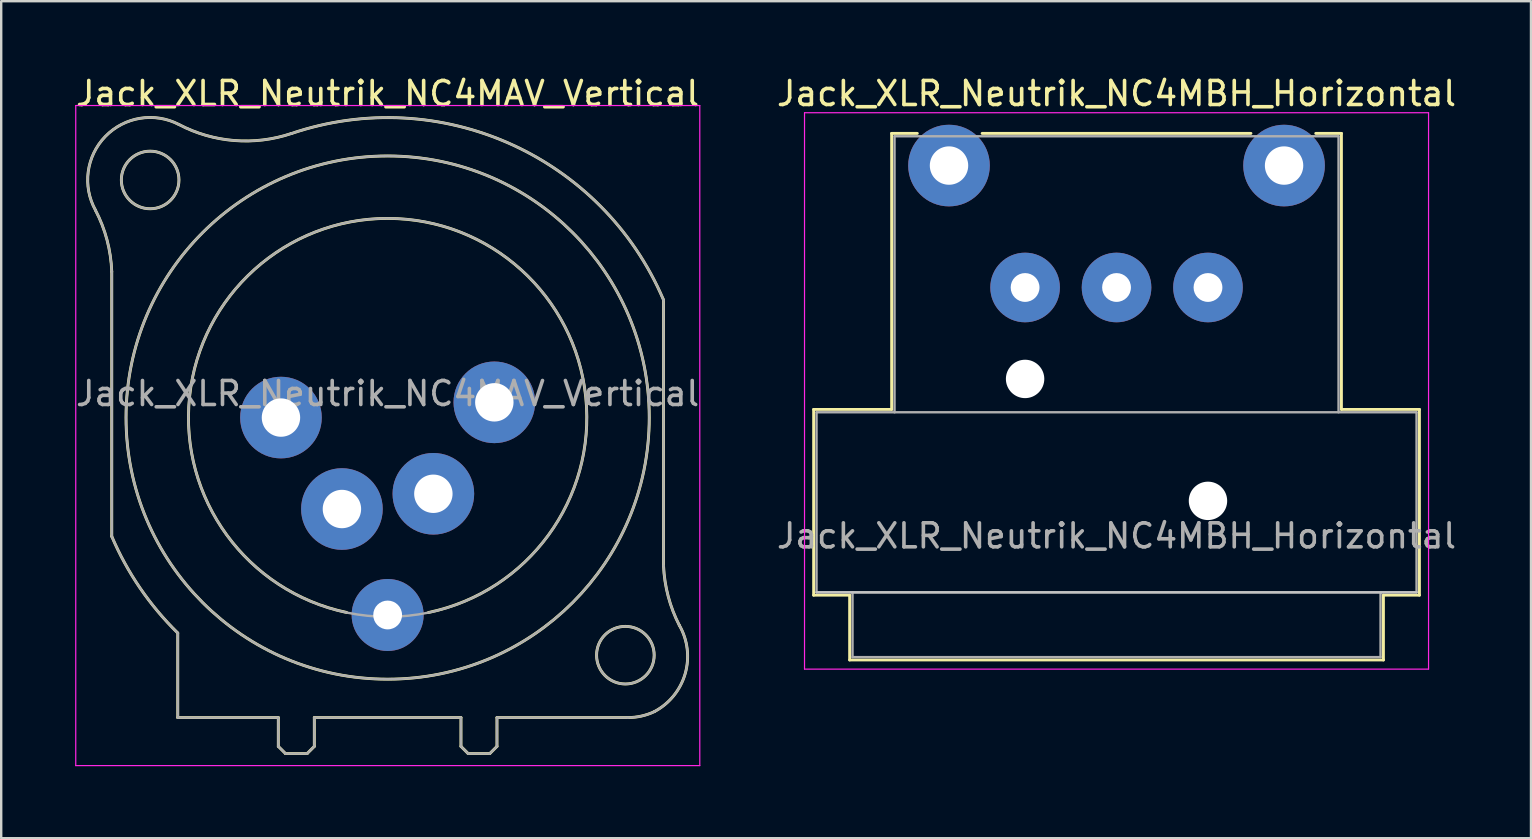
<source format=kicad_pcb>
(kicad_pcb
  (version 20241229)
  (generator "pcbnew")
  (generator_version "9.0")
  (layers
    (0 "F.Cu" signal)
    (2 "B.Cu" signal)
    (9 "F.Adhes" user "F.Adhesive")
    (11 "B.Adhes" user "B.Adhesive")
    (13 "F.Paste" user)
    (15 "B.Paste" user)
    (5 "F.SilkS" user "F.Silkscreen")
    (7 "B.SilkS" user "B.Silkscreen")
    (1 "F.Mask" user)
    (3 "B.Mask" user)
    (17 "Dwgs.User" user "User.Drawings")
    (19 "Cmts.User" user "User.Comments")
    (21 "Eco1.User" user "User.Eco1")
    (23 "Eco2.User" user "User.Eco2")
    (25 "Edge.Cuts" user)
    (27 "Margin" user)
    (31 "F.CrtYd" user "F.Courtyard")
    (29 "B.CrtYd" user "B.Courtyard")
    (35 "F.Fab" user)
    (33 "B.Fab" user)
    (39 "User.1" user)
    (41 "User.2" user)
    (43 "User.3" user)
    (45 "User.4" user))
  (footprint "Jack_XLR_Neutrik_NC4MBH_Horizontal"
    (layer "F.Cu")
    (at 36.49 3.848)
    (property "Reference" "Jack_XLR_Neutrik_NC4MBH_Horizontal" (at 6.98 -3 0) (layer "F.SilkS") (effects (font (size 1 1) (thickness 0.15))))
    (attr through_hole)
    (fp_line (start -5.64 10.16) (end -2.39 10.16) (stroke (width 0.12) (type solid)) (layer "F.SilkS"))
    (fp_line (start -5.64 17.9) (end -5.64 10.16) (stroke (width 0.12) (type solid)) (layer "F.SilkS"))
    (fp_line (start -4.14 17.9) (end -5.64 17.9) (stroke (width 0.12) (type solid)) (layer "F.SilkS"))
    (fp_line (start -4.14 17.9) (end -4.14 20.6) (stroke (width 0.12) (type solid)) (layer "F.SilkS"))
    (fp_line (start -2.39 -1.34) (end -1.32 -1.34) (stroke (width 0.12) (type solid)) (layer "F.SilkS"))
    (fp_line (start -2.39 10.16) (end -2.39 -1.34) (stroke (width 0.12) (type solid)) (layer "F.SilkS"))
    (fp_line (start 12.58 -1.34) (end 1.38 -1.34) (stroke (width 0.12) (type solid)) (layer "F.SilkS"))
    (fp_line (start 16.35 -1.34) (end 15.28 -1.34) (stroke (width 0.12) (type solid)) (layer "F.SilkS"))
    (fp_line (start 16.35 10.16) (end 16.35 -1.34) (stroke (width 0.12) (type solid)) (layer "F.SilkS"))
    (fp_line (start 16.35 10.16) (end 19.6 10.16) (stroke (width 0.12) (type solid)) (layer "F.SilkS"))
    (fp_line (start 18.1 17.9) (end 18.1 20.6) (stroke (width 0.12) (type solid)) (layer "F.SilkS"))
    (fp_line (start 18.1 20.6) (end -4.14 20.6) (stroke (width 0.12) (type solid)) (layer "F.SilkS"))
    (fp_line (start 19.6 17.9) (end 18.1 17.9) (stroke (width 0.12) (type solid)) (layer "F.SilkS"))
    (fp_line (start 19.6 17.9) (end 19.6 10.16) (stroke (width 0.12) (type solid)) (layer "F.SilkS"))
    (fp_line (start 19.48 17.78) (end -5.52 17.78) (stroke (width 0.1) (type solid)) (layer "Dwgs.User"))
    (fp_line (start -6.02 20.98) (end -6.02 -2.2) (stroke (width 0.05) (type solid)) (layer "F.CrtYd"))
    (fp_line (start 19.98 -2.2) (end -6.02 -2.2) (stroke (width 0.05) (type solid)) (layer "F.CrtYd"))
    (fp_line (start 19.98 20.98) (end -6.02 20.98) (stroke (width 0.05) (type solid)) (layer "F.CrtYd"))
    (fp_line (start 19.98 20.98) (end 19.98 -2.2) (stroke (width 0.05) (type solid)) (layer "F.CrtYd"))
    (fp_line (start -5.52 10.28) (end 19.48 10.28) (stroke (width 0.1) (type solid)) (layer "F.Fab"))
    (fp_line (start -5.52 17.78) (end -5.52 10.28) (stroke (width 0.1) (type solid)) (layer "F.Fab"))
    (fp_line (start -4.02 20.48) (end -4.02 17.78) (stroke (width 0.1) (type solid)) (layer "F.Fab"))
    (fp_line (start -2.27 -1.22) (end -2.27 10.28) (stroke (width 0.1) (type solid)) (layer "F.Fab"))
    (fp_line (start 16.23 -1.22) (end -2.27 -1.22) (stroke (width 0.1) (type solid)) (layer "F.Fab"))
    (fp_line (start 16.23 10.28) (end 16.23 -1.22) (stroke (width 0.1) (type solid)) (layer "F.Fab"))
    (fp_line (start 17.98 17.78) (end 17.98 20.48) (stroke (width 0.1) (type solid)) (layer "F.Fab"))
    (fp_line (start 17.98 20.48) (end -4.02 20.48) (stroke (width 0.1) (type solid)) (layer "F.Fab"))
    (fp_line (start 19.48 10.28) (end 19.48 17.78) (stroke (width 0.1) (type solid)) (layer "F.Fab"))
    (fp_line (start 19.48 17.78) (end -5.52 17.78) (stroke (width 0.1) (type solid)) (layer "F.Fab"))
    (fp_text user "${REFERENCE}" (at 6.98 15.43 0) (layer "F.Fab") (effects (font (size 1 1) (thickness 0.15))))
    (pad "" np_thru_hole circle (at 3.17 8.89) (size 1.6 1.6) (drill 1.6) (layers "*.Cu" "*.Mask"))
    (pad "" np_thru_hole circle (at 10.79 13.97) (size 1.6 1.6) (drill 1.6) (layers "*.Cu" "*.Mask"))
    (pad "1" thru_hole circle (at 0 0) (size 3.4 3.4) (drill 1.6) (layers "*.Cu" "*.Mask"))
    (pad "2" thru_hole circle (at 3.17 5.08) (size 2.9 2.9) (drill 1.2) (layers "*.Cu" "*.Mask"))
    (pad "3" thru_hole circle (at 10.79 5.08) (size 2.9 2.9) (drill 1.2) (layers "*.Cu" "*.Mask"))
    (pad "4" thru_hole circle (at 13.96 0) (size 3.4 3.4) (drill 1.6) (layers "*.Cu" "*.Mask"))
    (pad "G" thru_hole circle (at 6.98 5.08) (size 2.9 2.9) (drill 1.2) (layers "*.Cu" "*.Mask")))
  (footprint "Jack_XLR_Neutrik_NC4MAV_Vertical"
    (layer "F.Cu")
    (at 8.656 14.348)
    (property "Reference" "Jack_XLR_Neutrik_NC4MAV_Vertical" (at 4.445 -13.5 0) (layer "F.SilkS") (effects (font (size 1 1) (thickness 0.15))))
    (attr through_hole)
    (fp_line (start -7.05 -6.08) (end -7.05 4.95) (stroke (width 0.12) (type solid)) (layer "F.SilkS"))
    (fp_line (start -4.3 12.5) (end -4.3 8.98) (stroke (width 0.12) (type solid)) (layer "F.SilkS"))
    (fp_line (start -0.11 12.5) (end -4.3 12.5) (stroke (width 0.12) (type solid)) (layer "F.SilkS"))
    (fp_line (start -0.11 12.5) (end -0.11 13.7) (stroke (width 0.12) (type solid)) (layer "F.SilkS"))
    (fp_line (start -0.11 13.7) (end 0.19 14) (stroke (width 0.12) (type solid)) (layer "F.SilkS"))
    (fp_line (start 1.09 14) (end 0.19 14) (stroke (width 0.12) (type solid)) (layer "F.SilkS"))
    (fp_line (start 1.39 12.5) (end 1.39 13.7) (stroke (width 0.12) (type solid)) (layer "F.SilkS"))
    (fp_line (start 1.39 13.7) (end 1.09 14) (stroke (width 0.12) (type solid)) (layer "F.SilkS"))
    (fp_line (start 7.5 12.5) (end 1.39 12.5) (stroke (width 0.12) (type solid)) (layer "F.SilkS"))
    (fp_line (start 7.5 12.5) (end 7.5 13.7) (stroke (width 0.12) (type solid)) (layer "F.SilkS"))
    (fp_line (start 7.5 13.7) (end 7.8 14) (stroke (width 0.12) (type solid)) (layer "F.SilkS"))
    (fp_line (start 7.8 14) (end 8.7 14) (stroke (width 0.12) (type solid)) (layer "F.SilkS"))
    (fp_line (start 9 12.5) (end 9 13.7) (stroke (width 0.12) (type solid)) (layer "F.SilkS"))
    (fp_line (start 9 13.7) (end 8.7 14) (stroke (width 0.12) (type solid)) (layer "F.SilkS"))
    (fp_line (start 14.45 12.5) (end 9 12.5) (stroke (width 0.12) (type solid)) (layer "F.SilkS"))
    (fp_line (start 15.94 6.18) (end 15.94 -4.9) (stroke (width 0.12) (type solid)) (layer "F.SilkS"))
    (fp_arc (start -7.729201 -8.641635) (mid -7.2465 -7.39876) (end -7.05 -6.08) (stroke (width 0.12) (type solid)) (layer "F.SilkS"))
    (fp_arc (start -7.725637 -8.636048) (mid -7.316154 -11.714819) (end -4.25 -12.21) (stroke (width 0.12) (type solid)) (layer "F.SilkS"))
    (fp_arc (start -4.299846 8.975956) (mid -5.873184 7.098411) (end -7.05 4.95) (stroke (width 0.12) (type solid)) (layer "F.SilkS"))
    (fp_arc (start 0.433843 -11.835383) (mid -1.946442 -11.543029) (end -4.25 -12.21) (stroke (width 0.12) (type solid)) (layer "F.SilkS"))
    (fp_arc (start 0.441327 -11.837045) (mid 9.549963 -11.405454) (end 15.94 -4.9) (stroke (width 0.12) (type solid)) (layer "F.SilkS"))
    (fp_arc (start 2.735 8.12) (mid 4.451114 -8.2981) (end 6.143033 8.122511) (stroke (width 0.12) (type solid)) (layer "F.SilkS"))
    (fp_arc (start 15.558668 12.251777) (mid 15.018058 12.437185) (end 14.45 12.5) (stroke (width 0.12) (type solid)) (layer "F.SilkS"))
    (fp_arc (start 16.596979 8.653179) (mid 16.135244 7.451985) (end 15.94 6.18) (stroke (width 0.12) (type solid)) (layer "F.SilkS"))
    (fp_arc (start 16.598286 8.654414) (mid 16.841335 10.672303) (end 15.56 12.25) (stroke (width 0.12) (type solid)) (layer "F.SilkS"))
    (fp_circle (center -5.45 -9.9) (end -4.25 -9.9) (stroke (width 0.12) (type solid)) (fill no) (layer "F.SilkS"))
    (fp_circle (center 4.445 0) (end 15.345 0) (stroke (width 0.12) (type solid)) (fill no) (layer "F.SilkS"))
    (fp_circle (center 14.35 9.9) (end 15.55 9.9) (stroke (width 0.12) (type solid)) (fill no) (layer "F.SilkS"))
    (fp_line (start -8.55 -13) (end 17.45 -13) (stroke (width 0.05) (type solid)) (layer "F.CrtYd"))
    (fp_line (start -8.55 14.5) (end -8.55 -13) (stroke (width 0.05) (type solid)) (layer "F.CrtYd"))
    (fp_line (start 17.45 -13) (end 17.45 14.5) (stroke (width 0.05) (type solid)) (layer "F.CrtYd"))
    (fp_line (start 17.45 14.5) (end -8.55 14.5) (stroke (width 0.05) (type solid)) (layer "F.CrtYd"))
    (fp_line (start -7.05 -6.08) (end -7.05 4.95) (stroke (width 0.1) (type solid)) (layer "F.Fab"))
    (fp_line (start -4.3 12.5) (end -4.3 8.98) (stroke (width 0.1) (type solid)) (layer "F.Fab"))
    (fp_line (start -0.11 12.5) (end -4.3 12.5) (stroke (width 0.1) (type solid)) (layer "F.Fab"))
    (fp_line (start -0.11 12.5) (end -0.11 13.7) (stroke (width 0.1) (type solid)) (layer "F.Fab"))
    (fp_line (start -0.11 13.7) (end 0.19 14) (stroke (width 0.1) (type solid)) (layer "F.Fab"))
    (fp_line (start 1.09 14) (end 0.19 14) (stroke (width 0.1) (type solid)) (layer "F.Fab"))
    (fp_line (start 1.39 12.5) (end 1.39 13.7) (stroke (width 0.1) (type solid)) (layer "F.Fab"))
    (fp_line (start 1.39 13.7) (end 1.09 14) (stroke (width 0.1) (type solid)) (layer "F.Fab"))
    (fp_line (start 7.5 12.5) (end 1.39 12.5) (stroke (width 0.1) (type solid)) (layer "F.Fab"))
    (fp_line (start 7.5 12.5) (end 7.5 13.7) (stroke (width 0.1) (type solid)) (layer "F.Fab"))
    (fp_line (start 7.5 13.7) (end 7.8 14) (stroke (width 0.1) (type solid)) (layer "F.Fab"))
    (fp_line (start 7.8 14) (end 8.7 14) (stroke (width 0.1) (type solid)) (layer "F.Fab"))
    (fp_line (start 9 12.5) (end 9 13.7) (stroke (width 0.1) (type solid)) (layer "F.Fab"))
    (fp_line (start 9 13.7) (end 8.7 14) (stroke (width 0.1) (type solid)) (layer "F.Fab"))
    (fp_line (start 14.45 12.5) (end 9 12.5) (stroke (width 0.1) (type solid)) (layer "F.Fab"))
    (fp_line (start 15.94 6.18) (end 15.94 -4.9) (stroke (width 0.1) (type solid)) (layer "F.Fab"))
    (fp_arc (start -7.729201 -8.641635) (mid -7.2465 -7.39876) (end -7.05 -6.08) (stroke (width 0.1) (type solid)) (layer "F.Fab"))
    (fp_arc (start -7.725637 -8.636048) (mid -7.316154 -11.714819) (end -4.25 -12.21) (stroke (width 0.1) (type solid)) (layer "F.Fab"))
    (fp_arc (start -4.299846 8.975956) (mid -5.873184 7.098411) (end -7.05 4.95) (stroke (width 0.1) (type solid)) (layer "F.Fab"))
    (fp_arc (start 0.433843 -11.835383) (mid -1.946442 -11.543029) (end -4.25 -12.21) (stroke (width 0.1) (type solid)) (layer "F.Fab"))
    (fp_arc (start 0.441327 -11.837045) (mid 9.549963 -11.405454) (end 15.94 -4.9) (stroke (width 0.1) (type solid)) (layer "F.Fab"))
    (fp_arc (start 15.558668 12.251777) (mid 15.018058 12.437185) (end 14.45 12.5) (stroke (width 0.1) (type solid)) (layer "F.Fab"))
    (fp_arc (start 16.596979 8.653179) (mid 16.135244 7.451985) (end 15.94 6.18) (stroke (width 0.1) (type solid)) (layer "F.Fab"))
    (fp_arc (start 16.598286 8.654414) (mid 16.841335 10.672303) (end 15.56 12.25) (stroke (width 0.1) (type solid)) (layer "F.Fab"))
    (fp_circle (center -5.45 -9.9) (end -4.25 -9.9) (stroke (width 0.1) (type solid)) (fill no) (layer "F.Fab"))
    (fp_circle (center 4.445 0) (end 12.745 0) (stroke (width 0.1) (type solid)) (fill no) (layer "F.Fab"))
    (fp_circle (center 4.445 0) (end 15.345 0) (stroke (width 0.1) (type solid)) (fill no) (layer "F.Fab"))
    (fp_circle (center 14.35 9.9) (end 15.55 9.9) (stroke (width 0.1) (type solid)) (fill no) (layer "F.Fab"))
    (fp_text user "${REFERENCE}" (at 4.445 -1 0) (layer "F.Fab") (effects (font (size 1 1) (thickness 0.15))))
    (pad "1" thru_hole circle (at 0 0) (size 3.4 3.4) (drill 1.6) (layers "*.Cu" "*.Mask"))
    (pad "2" thru_hole circle (at 2.54 3.81) (size 3.4 3.4) (drill 1.6) (layers "*.Cu" "*.Mask"))
    (pad "3" thru_hole circle (at 6.35 3.175) (size 3.4 3.4) (drill 1.6) (layers "*.Cu" "*.Mask"))
    (pad "4" thru_hole circle (at 8.89 -0.635) (size 3.4 3.4) (drill 1.6) (layers "*.Cu" "*.Mask"))
    (pad "G" thru_hole circle (at 4.445 8.225) (size 3 3) (drill 1.2) (layers "*.Cu" "*.Mask")))
  (gr_rect
    (start -3 -3)
    (end 60.738 31.873)
    (stroke (width 0.1) (type default))
    (fill no)
    (layer "Edge.Cuts")))
</source>
